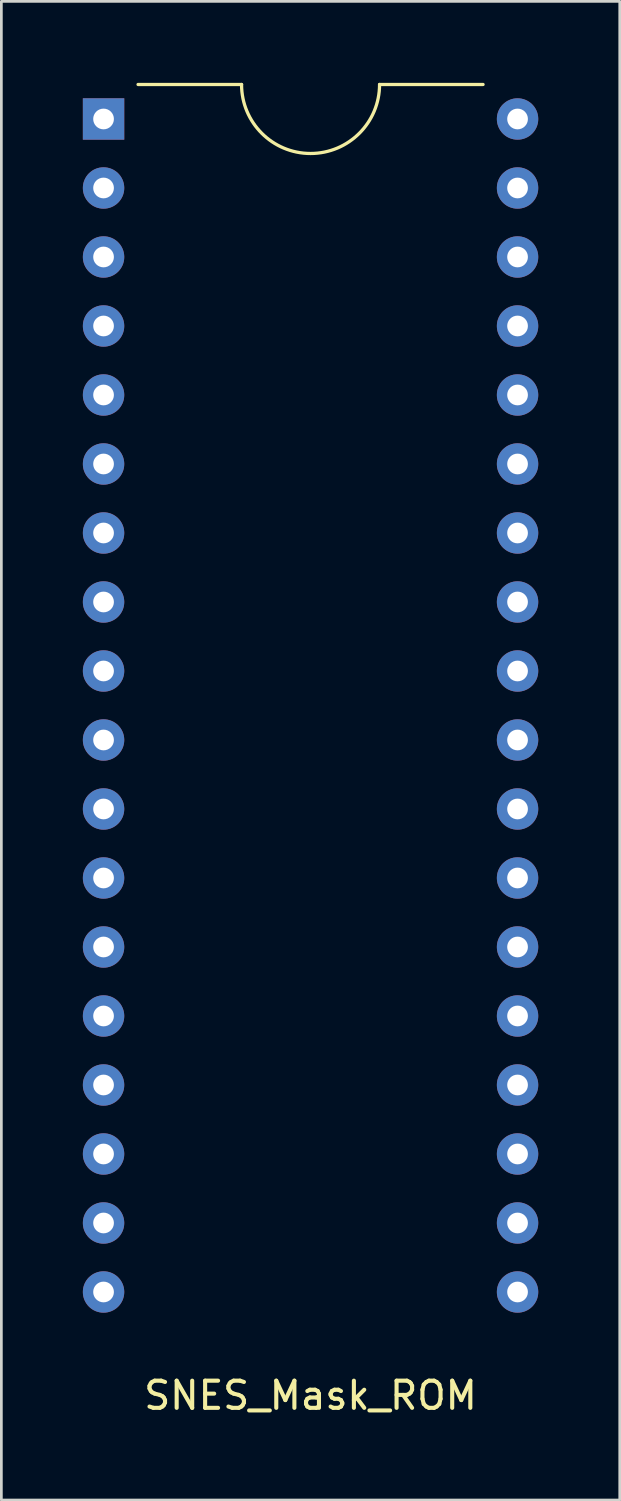
<source format=kicad_pcb>
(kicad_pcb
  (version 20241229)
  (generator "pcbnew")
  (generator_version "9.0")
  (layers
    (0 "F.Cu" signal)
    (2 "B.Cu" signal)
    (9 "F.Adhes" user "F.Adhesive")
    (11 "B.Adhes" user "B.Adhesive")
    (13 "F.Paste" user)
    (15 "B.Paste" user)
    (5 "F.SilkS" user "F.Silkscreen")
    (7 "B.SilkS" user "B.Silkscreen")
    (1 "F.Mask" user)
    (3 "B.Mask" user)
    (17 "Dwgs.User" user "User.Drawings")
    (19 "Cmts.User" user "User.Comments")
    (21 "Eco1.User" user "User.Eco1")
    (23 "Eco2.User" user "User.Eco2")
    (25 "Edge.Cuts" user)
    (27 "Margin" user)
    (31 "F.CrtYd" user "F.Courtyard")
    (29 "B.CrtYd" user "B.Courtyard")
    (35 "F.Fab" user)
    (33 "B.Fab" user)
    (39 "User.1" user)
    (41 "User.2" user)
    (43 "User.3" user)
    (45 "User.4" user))
  (footprint "SNES_Mask_ROM"
    (layer "F.Cu")
    (at 8.382 22.92)
    (property "Reference" "SNES_Mask_ROM" (at 0 25.4 0) (layer "F.SilkS") (effects (font (size 1 1) (thickness 0.15))))
    (attr through_hole)
    (fp_line (start -6.35 -22.86) (end -2.54 -22.86) (stroke (width 0.12) (type solid)) (layer "F.SilkS"))
    (fp_line (start 2.54 -22.86) (end 6.35 -22.86) (stroke (width 0.12) (type solid)) (layer "F.SilkS"))
    (fp_arc (start 2.54 -22.86) (mid 0 -20.32) (end -2.54 -22.86) (stroke (width 0.12) (type solid)) (layer "F.SilkS"))
    (pad "1" thru_hole rect (at -7.62 -21.59) (size 1.524 1.524) (drill 0.762) (layers "*.Cu" "*.Mask"))
    (pad "2" thru_hole circle (at -7.62 -19.05) (size 1.524 1.524) (drill 0.762) (layers "*.Cu" "*.Mask"))
    (pad "3" thru_hole circle (at -7.62 -16.51) (size 1.524 1.524) (drill 0.762) (layers "*.Cu" "*.Mask"))
    (pad "4" thru_hole circle (at -7.62 -13.97) (size 1.524 1.524) (drill 0.762) (layers "*.Cu" "*.Mask"))
    (pad "5" thru_hole circle (at -7.62 -11.43) (size 1.524 1.524) (drill 0.762) (layers "*.Cu" "*.Mask"))
    (pad "6" thru_hole circle (at -7.62 -8.89) (size 1.524 1.524) (drill 0.762) (layers "*.Cu" "*.Mask"))
    (pad "7" thru_hole circle (at -7.62 -6.35) (size 1.524 1.524) (drill 0.762) (layers "*.Cu" "*.Mask"))
    (pad "8" thru_hole circle (at -7.62 -3.81) (size 1.524 1.524) (drill 0.762) (layers "*.Cu" "*.Mask"))
    (pad "9" thru_hole circle (at -7.62 -1.27) (size 1.524 1.524) (drill 0.762) (layers "*.Cu" "*.Mask"))
    (pad "10" thru_hole circle (at -7.62 1.27) (size 1.524 1.524) (drill 0.762) (layers "*.Cu" "*.Mask"))
    (pad "11" thru_hole circle (at -7.62 3.81) (size 1.524 1.524) (drill 0.762) (layers "*.Cu" "*.Mask"))
    (pad "12" thru_hole circle (at -7.62 6.35) (size 1.524 1.524) (drill 0.762) (layers "*.Cu" "*.Mask"))
    (pad "13" thru_hole circle (at -7.62 8.89) (size 1.524 1.524) (drill 0.762) (layers "*.Cu" "*.Mask"))
    (pad "14" thru_hole circle (at -7.62 11.43) (size 1.524 1.524) (drill 0.762) (layers "*.Cu" "*.Mask"))
    (pad "15" thru_hole circle (at -7.62 13.97) (size 1.524 1.524) (drill 0.762) (layers "*.Cu" "*.Mask"))
    (pad "16" thru_hole circle (at -7.62 16.51) (size 1.524 1.524) (drill 0.762) (layers "*.Cu" "*.Mask"))
    (pad "17" thru_hole circle (at -7.62 19.05) (size 1.524 1.524) (drill 0.762) (layers "*.Cu" "*.Mask"))
    (pad "18" thru_hole circle (at -7.62 21.59) (size 1.524 1.524) (drill 0.762) (layers "*.Cu" "*.Mask"))
    (pad "19" thru_hole circle (at 7.62 21.59) (size 1.524 1.524) (drill 0.762) (layers "*.Cu" "*.Mask"))
    (pad "20" thru_hole circle (at 7.62 19.05) (size 1.524 1.524) (drill 0.762) (layers "*.Cu" "*.Mask"))
    (pad "21" thru_hole circle (at 7.62 16.51) (size 1.524 1.524) (drill 0.762) (layers "*.Cu" "*.Mask"))
    (pad "22" thru_hole circle (at 7.62 13.97) (size 1.524 1.524) (drill 0.762) (layers "*.Cu" "*.Mask"))
    (pad "23" thru_hole circle (at 7.62 11.43) (size 1.524 1.524) (drill 0.762) (layers "*.Cu" "*.Mask"))
    (pad "24" thru_hole circle (at 7.62 8.89) (size 1.524 1.524) (drill 0.762) (layers "*.Cu" "*.Mask"))
    (pad "25" thru_hole circle (at 7.62 6.35) (size 1.524 1.524) (drill 0.762) (layers "*.Cu" "*.Mask"))
    (pad "26" thru_hole circle (at 7.62 3.81) (size 1.524 1.524) (drill 0.762) (layers "*.Cu" "*.Mask"))
    (pad "27" thru_hole circle (at 7.62 1.27) (size 1.524 1.524) (drill 0.762) (layers "*.Cu" "*.Mask"))
    (pad "28" thru_hole circle (at 7.62 -1.27) (size 1.524 1.524) (drill 0.762) (layers "*.Cu" "*.Mask"))
    (pad "29" thru_hole circle (at 7.62 -3.81) (size 1.524 1.524) (drill 0.762) (layers "*.Cu" "*.Mask"))
    (pad "30" thru_hole circle (at 7.62 -6.35) (size 1.524 1.524) (drill 0.762) (layers "*.Cu" "*.Mask"))
    (pad "31" thru_hole circle (at 7.62 -8.89) (size 1.524 1.524) (drill 0.762) (layers "*.Cu" "*.Mask"))
    (pad "32" thru_hole circle (at 7.62 -11.43) (size 1.524 1.524) (drill 0.762) (layers "*.Cu" "*.Mask"))
    (pad "33" thru_hole circle (at 7.62 -13.97) (size 1.524 1.524) (drill 0.762) (layers "*.Cu" "*.Mask"))
    (pad "34" thru_hole circle (at 7.62 -16.51) (size 1.524 1.524) (drill 0.762) (layers "*.Cu" "*.Mask"))
    (pad "35" thru_hole circle (at 7.62 -19.05) (size 1.524 1.524) (drill 0.762) (layers "*.Cu" "*.Mask"))
    (pad "36" thru_hole circle (at 7.62 -21.59) (size 1.524 1.524) (drill 0.762) (layers "*.Cu" "*.Mask")))
  (gr_rect
    (start -3 -3)
    (end 19.764 52.168)
    (stroke (width 0.1) (type default))
    (fill no)
    (layer "Edge.Cuts")))
</source>
